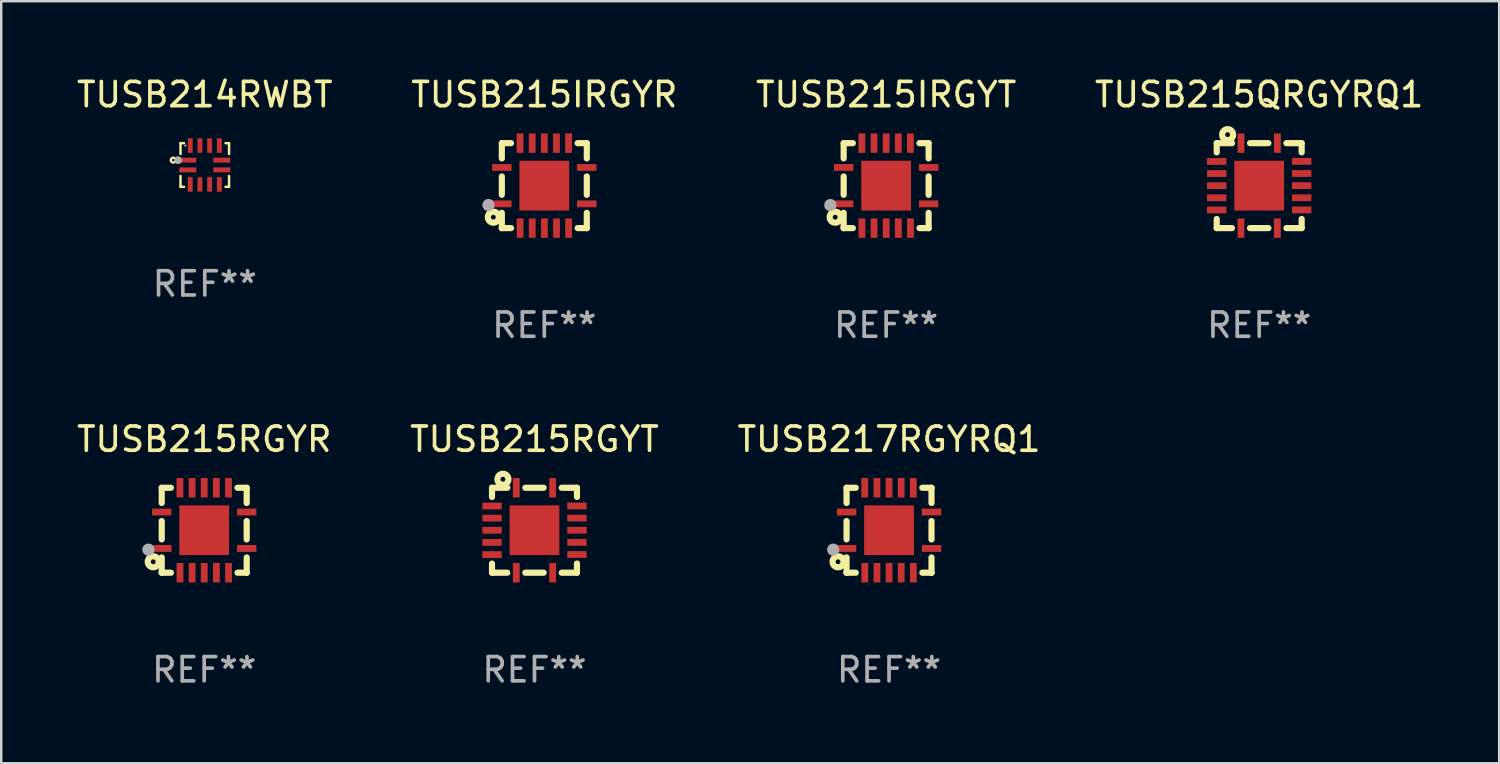
<source format=kicad_pcb>
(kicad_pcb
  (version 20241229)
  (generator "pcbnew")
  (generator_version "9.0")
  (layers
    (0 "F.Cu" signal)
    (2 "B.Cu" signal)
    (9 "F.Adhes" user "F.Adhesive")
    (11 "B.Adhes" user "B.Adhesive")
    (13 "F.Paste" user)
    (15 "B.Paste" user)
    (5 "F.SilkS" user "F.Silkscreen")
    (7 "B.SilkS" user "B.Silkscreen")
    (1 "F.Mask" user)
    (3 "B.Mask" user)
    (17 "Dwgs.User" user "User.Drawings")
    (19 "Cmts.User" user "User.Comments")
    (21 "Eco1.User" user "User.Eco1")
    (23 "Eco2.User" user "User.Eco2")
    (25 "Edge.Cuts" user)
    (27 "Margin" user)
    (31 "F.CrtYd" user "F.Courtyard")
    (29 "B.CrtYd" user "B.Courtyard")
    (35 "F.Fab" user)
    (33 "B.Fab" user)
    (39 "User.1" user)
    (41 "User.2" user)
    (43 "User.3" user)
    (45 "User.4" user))
  (footprint "TUSB214RWBT"
    (layer "F.Cu")
    (at 5.387 3.748)
    (property "Reference" "TUSB214RWBT" (at 0 -2.9 0) (layer "F.SilkS") (effects (font (size 1 1) (thickness 0.15))))
    (attr through_hole)
    (fp_line (start -1 -0.9) (end -0.855 -0.9) (stroke (width 0.102) (type solid)) (layer "F.SilkS"))
    (fp_line (start -1 -0.455) (end -1 -0.9) (stroke (width 0.102) (type solid)) (layer "F.SilkS"))
    (fp_line (start -1 0.9) (end -1 0.455) (stroke (width 0.102) (type solid)) (layer "F.SilkS"))
    (fp_line (start -0.855 0.9) (end -1 0.9) (stroke (width 0.102) (type solid)) (layer "F.SilkS"))
    (fp_line (start 0.855 -0.9) (end 1 -0.9) (stroke (width 0.102) (type solid)) (layer "F.SilkS"))
    (fp_line (start 1 -0.9) (end 1 -0.455) (stroke (width 0.102) (type solid)) (layer "F.SilkS"))
    (fp_line (start 1 0.455) (end 1 0.9) (stroke (width 0.102) (type solid)) (layer "F.SilkS"))
    (fp_line (start 1 0.9) (end 0.855 0.9) (stroke (width 0.102) (type solid)) (layer "F.SilkS"))
    (fp_circle (center -1.3 -0.2) (end -1.2 -0.2) (stroke (width 0.1) (type solid)) (fill no) (layer "F.SilkS"))
    (fp_circle (center -0.8 -0.8) (end -0.78 -0.8) (stroke (width 0.04) (type solid)) (fill no) (layer "F.SilkS"))
    (fp_circle (center -1.1 -0.2) (end -1.02 -0.2) (stroke (width 0.16) (type solid)) (fill no) (layer "F.Fab"))
    (fp_text user "REF**" (at 0 4.9 0) (layer "F.Fab") (effects (font (size 1 1) (thickness 0.15))))
    (pad "1" smd rect (at -0.7 -0.2 180) (size 0.7 0.2) (layers "F.Cu" "F.Mask" "F.Paste"))
    (pad "2" smd rect (at -0.7 0.2 180) (size 0.7 0.2) (layers "F.Cu" "F.Mask" "F.Paste"))
    (pad "3" smd rect (at -0.6 0.8) (size 0.2 0.6) (layers "F.Cu" "F.Mask" "F.Paste"))
    (pad "4" smd rect (at -0.2 0.8) (size 0.2 0.6) (layers "F.Cu" "F.Mask" "F.Paste"))
    (pad "5" smd rect (at 0.2 0.8) (size 0.2 0.6) (layers "F.Cu" "F.Mask" "F.Paste"))
    (pad "6" smd rect (at 0.6 0.8) (size 0.2 0.6) (layers "F.Cu" "F.Mask" "F.Paste"))
    (pad "7" smd rect (at 0.7 0.2 180) (size 0.7 0.2) (layers "F.Cu" "F.Mask" "F.Paste"))
    (pad "8" smd rect (at 0.7 -0.2) (size 0.7 0.2) (layers "F.Cu" "F.Mask" "F.Paste"))
    (pad "9" smd rect (at 0.6 -0.8) (size 0.2 0.6) (layers "F.Cu" "F.Mask" "F.Paste"))
    (pad "10" smd rect (at 0.2 -0.8) (size 0.2 0.6) (layers "F.Cu" "F.Mask" "F.Paste"))
    (pad "11" smd rect (at -0.2 -0.8) (size 0.2 0.6) (layers "F.Cu" "F.Mask" "F.Paste"))
    (pad "12" smd rect (at -0.6 -0.8) (size 0.2 0.6) (layers "F.Cu" "F.Mask" "F.Paste")))
  (footprint "TUSB215QRGYRQ1"
    (layer "F.Cu")
    (at 48.827 4.598)
    (property "Reference" "TUSB215QRGYRQ1" (at 0 -3.75 0) (layer "F.SilkS") (effects (font (size 1 1) (thickness 0.15))))
    (attr through_hole)
    (fp_line (start -1.75 -1.75) (end -1.75 -1.37) (stroke (width 0.254) (type solid)) (layer "F.SilkS"))
    (fp_line (start -1.75 1.373) (end -1.75 1.75) (stroke (width 0.254) (type solid)) (layer "F.SilkS"))
    (fp_line (start -1.75 1.75) (end -1.121 1.75) (stroke (width 0.254) (type solid)) (layer "F.SilkS"))
    (fp_line (start -1.119 -1.75) (end -1.75 -1.75) (stroke (width 0.254) (type solid)) (layer "F.SilkS"))
    (fp_line (start -0.379 1.75) (end 0.379 1.75) (stroke (width 0.254) (type solid)) (layer "F.SilkS"))
    (fp_line (start 0.379 -1.75) (end -0.377 -1.75) (stroke (width 0.254) (type solid)) (layer "F.SilkS"))
    (fp_line (start 1.121 1.75) (end 1.75 1.75) (stroke (width 0.254) (type solid)) (layer "F.SilkS"))
    (fp_line (start 1.75 -1.75) (end 1.121 -1.75) (stroke (width 0.254) (type solid)) (layer "F.SilkS"))
    (fp_line (start 1.75 -1.371) (end 1.75 -1.75) (stroke (width 0.254) (type solid)) (layer "F.SilkS"))
    (fp_line (start 1.75 1.75) (end 1.75 1.371) (stroke (width 0.254) (type solid)) (layer "F.SilkS"))
    (fp_circle (center -1.75 -1.75) (end -1.72 -1.75) (stroke (width 0.06) (type solid)) (fill no) (layer "F.SilkS"))
    (fp_circle (center -1.3 -2.1) (end -1.2 -2.1) (stroke (width 0.254) (type solid)) (fill no) (layer "F.SilkS"))
    (fp_text user "REF**" (at 0 5.75 0) (layer "F.Fab") (effects (font (size 1 1) (thickness 0.15))))
    (pad "1" smd rect (at -0.748 -1.75 180) (size 0.28 0.8) (layers "F.Cu" "F.Mask" "F.Paste"))
    (pad "2" smd rect (at -1.75 -0.998 90) (size 0.28 0.8) (layers "F.Cu" "F.Mask" "F.Paste"))
    (pad "3" smd rect (at -1.75 -0.499 90) (size 0.28 0.8) (layers "F.Cu" "F.Mask" "F.Paste"))
    (pad "4" smd rect (at -1.75 0.002 90) (size 0.28 0.8) (layers "F.Cu" "F.Mask" "F.Paste"))
    (pad "5" smd rect (at -1.75 0.501 90) (size 0.28 0.8) (layers "F.Cu" "F.Mask" "F.Paste"))
    (pad "6" smd rect (at -1.75 1.002 90) (size 0.28 0.8) (layers "F.Cu" "F.Mask" "F.Paste"))
    (pad "7" smd rect (at -0.75 1.75 180) (size 0.28 0.8) (layers "F.Cu" "F.Mask" "F.Paste"))
    (pad "8" smd rect (at 0.75 1.75 180) (size 0.28 0.8) (layers "F.Cu" "F.Mask" "F.Paste"))
    (pad "9" smd rect (at 1.75 1 270) (size 0.28 0.8) (layers "F.Cu" "F.Mask" "F.Paste"))
    (pad "10" smd rect (at 1.75 0.5 270) (size 0.28 0.8) (layers "F.Cu" "F.Mask" "F.Paste"))
    (pad "11" smd rect (at 1.75 0 270) (size 0.28 0.8) (layers "F.Cu" "F.Mask" "F.Paste"))
    (pad "12" smd rect (at 1.75 -0.5 270) (size 0.28 0.8) (layers "F.Cu" "F.Mask" "F.Paste"))
    (pad "13" smd rect (at 1.75 -1 270) (size 0.28 0.8) (layers "F.Cu" "F.Mask" "F.Paste"))
    (pad "14" smd rect (at 0.75 -1.75) (size 0.28 0.8) (layers "F.Cu" "F.Mask" "F.Paste"))
    (pad "15" smd rect (at 0 0 90) (size 2.05 2.05) (layers "F.Cu" "F.Mask" "F.Paste")))
  (footprint "TUSB215IRGYR"
    (layer "F.Cu")
    (at 19.375 4.598)
    (property "Reference" "TUSB215IRGYR" (at 0 -3.75 0) (layer "F.SilkS") (effects (font (size 1 1) (thickness 0.15))))
    (attr through_hole)
    (fp_line (start -1.75 1.75) (end -1.37 1.75) (stroke (width 0.254) (type solid)) (layer "F.SilkS"))
    (fp_line (start -1.75 -1.75) (end -1.75 -1.121) (stroke (width 0.254) (type solid)) (layer "F.SilkS"))
    (fp_line (start -1.75 -0.379) (end -1.75 0.377) (stroke (width 0.254) (type solid)) (layer "F.SilkS"))
    (fp_line (start -1.75 1.119) (end -1.75 1.75) (stroke (width 0.254) (type solid)) (layer "F.SilkS"))
    (fp_line (start -1.75 1.75) (end -1.75 1.75) (stroke (width 0.254) (type solid)) (layer "F.SilkS"))
    (fp_line (start -1.371 -1.75) (end -1.75 -1.75) (stroke (width 0.254) (type solid)) (layer "F.SilkS"))
    (fp_line (start 1.373 1.75) (end 1.75 1.75) (stroke (width 0.254) (type solid)) (layer "F.SilkS"))
    (fp_line (start 1.75 1.75) (end 1.75 1.75) (stroke (width 0.254) (type solid)) (layer "F.SilkS"))
    (fp_line (start 1.75 -1.75) (end 1.371 -1.75) (stroke (width 0.254) (type solid)) (layer "F.SilkS"))
    (fp_line (start 1.75 -1.121) (end 1.75 -1.75) (stroke (width 0.254) (type solid)) (layer "F.SilkS"))
    (fp_line (start 1.75 0.379) (end 1.75 -0.379) (stroke (width 0.254) (type solid)) (layer "F.SilkS"))
    (fp_line (start 1.75 1.75) (end 1.75 1.121) (stroke (width 0.254) (type solid)) (layer "F.SilkS"))
    (fp_circle (center -2.1 1.3) (end -2 1.3) (stroke (width 0.254) (type solid)) (fill no) (layer "F.SilkS"))
    (fp_circle (center -1.747 1.751) (end -1.717 1.751) (stroke (width 0.06) (type solid)) (fill no) (layer "F.SilkS"))
    (fp_circle (center -2.3 0.8) (end -2.173 0.8) (stroke (width 0.254) (type solid)) (fill no) (layer "F.Fab"))
    (fp_text user "REF**" (at 0 5.75 0) (layer "F.Fab") (effects (font (size 1 1) (thickness 0.15))))
    (pad "1" smd rect (at -1.75 0.75 270) (size 0.28 0.8) (layers "F.Cu" "F.Mask" "F.Paste"))
    (pad "2" smd rect (at -0.998 1.75 180) (size 0.28 0.8) (layers "F.Cu" "F.Mask" "F.Paste"))
    (pad "3" smd rect (at -0.498 1.75 180) (size 0.28 0.8) (layers "F.Cu" "F.Mask" "F.Paste"))
    (pad "4" smd rect (at 0.002 1.75 180) (size 0.28 0.8) (layers "F.Cu" "F.Mask" "F.Paste"))
    (pad "5" smd rect (at 0.502 1.75 180) (size 0.28 0.8) (layers "F.Cu" "F.Mask" "F.Paste"))
    (pad "6" smd rect (at 1.002 1.75 180) (size 0.28 0.8) (layers "F.Cu" "F.Mask" "F.Paste"))
    (pad "7" smd rect (at 1.75 0.75 270) (size 0.28 0.8) (layers "F.Cu" "F.Mask" "F.Paste"))
    (pad "8" smd rect (at 1.75 -0.75 270) (size 0.28 0.8) (layers "F.Cu" "F.Mask" "F.Paste"))
    (pad "9" smd rect (at 1 -1.75) (size 0.28 0.8) (layers "F.Cu" "F.Mask" "F.Paste"))
    (pad "10" smd rect (at 0.5 -1.75) (size 0.28 0.8) (layers "F.Cu" "F.Mask" "F.Paste"))
    (pad "11" smd rect (at 0 -1.75) (size 0.28 0.8) (layers "F.Cu" "F.Mask" "F.Paste"))
    (pad "12" smd rect (at -0.5 -1.75) (size 0.28 0.8) (layers "F.Cu" "F.Mask" "F.Paste"))
    (pad "13" smd rect (at -1 -1.75) (size 0.28 0.8) (layers "F.Cu" "F.Mask" "F.Paste"))
    (pad "14" smd rect (at -1.75 -0.75 90) (size 0.28 0.8) (layers "F.Cu" "F.Mask" "F.Paste"))
    (pad "15" smd rect (at 0 0 180) (size 2.05 2.05) (layers "F.Cu" "F.Mask" "F.Paste")))
  (footprint "TUSB215RGYR"
    (layer "F.Cu")
    (at 5.363 18.795)
    (property "Reference" "TUSB215RGYR" (at 0 -3.75 0) (layer "F.SilkS") (effects (font (size 1 1) (thickness 0.15))))
    (attr through_hole)
    (fp_line (start -1.75 1.75) (end -1.37 1.75) (stroke (width 0.254) (type solid)) (layer "F.SilkS"))
    (fp_line (start -1.75 -1.75) (end -1.75 -1.121) (stroke (width 0.254) (type solid)) (layer "F.SilkS"))
    (fp_line (start -1.75 -0.379) (end -1.75 0.377) (stroke (width 0.254) (type solid)) (layer "F.SilkS"))
    (fp_line (start -1.75 1.119) (end -1.75 1.75) (stroke (width 0.254) (type solid)) (layer "F.SilkS"))
    (fp_line (start -1.75 1.75) (end -1.75 1.75) (stroke (width 0.254) (type solid)) (layer "F.SilkS"))
    (fp_line (start -1.371 -1.75) (end -1.75 -1.75) (stroke (width 0.254) (type solid)) (layer "F.SilkS"))
    (fp_line (start 1.373 1.75) (end 1.75 1.75) (stroke (width 0.254) (type solid)) (layer "F.SilkS"))
    (fp_line (start 1.75 1.75) (end 1.75 1.75) (stroke (width 0.254) (type solid)) (layer "F.SilkS"))
    (fp_line (start 1.75 -1.75) (end 1.371 -1.75) (stroke (width 0.254) (type solid)) (layer "F.SilkS"))
    (fp_line (start 1.75 -1.121) (end 1.75 -1.75) (stroke (width 0.254) (type solid)) (layer "F.SilkS"))
    (fp_line (start 1.75 0.379) (end 1.75 -0.379) (stroke (width 0.254) (type solid)) (layer "F.SilkS"))
    (fp_line (start 1.75 1.75) (end 1.75 1.121) (stroke (width 0.254) (type solid)) (layer "F.SilkS"))
    (fp_circle (center -2.1 1.3) (end -2 1.3) (stroke (width 0.254) (type solid)) (fill no) (layer "F.SilkS"))
    (fp_circle (center -1.747 1.751) (end -1.717 1.751) (stroke (width 0.06) (type solid)) (fill no) (layer "F.SilkS"))
    (fp_circle (center -2.3 0.8) (end -2.173 0.8) (stroke (width 0.254) (type solid)) (fill no) (layer "F.Fab"))
    (fp_text user "REF**" (at 0 5.75 0) (layer "F.Fab") (effects (font (size 1 1) (thickness 0.15))))
    (pad "1" smd rect (at -1.75 0.75 270) (size 0.28 0.8) (layers "F.Cu" "F.Mask" "F.Paste"))
    (pad "2" smd rect (at -0.998 1.75 180) (size 0.28 0.8) (layers "F.Cu" "F.Mask" "F.Paste"))
    (pad "3" smd rect (at -0.498 1.75 180) (size 0.28 0.8) (layers "F.Cu" "F.Mask" "F.Paste"))
    (pad "4" smd rect (at 0.002 1.75 180) (size 0.28 0.8) (layers "F.Cu" "F.Mask" "F.Paste"))
    (pad "5" smd rect (at 0.502 1.75 180) (size 0.28 0.8) (layers "F.Cu" "F.Mask" "F.Paste"))
    (pad "6" smd rect (at 1.002 1.75 180) (size 0.28 0.8) (layers "F.Cu" "F.Mask" "F.Paste"))
    (pad "7" smd rect (at 1.75 0.75 270) (size 0.28 0.8) (layers "F.Cu" "F.Mask" "F.Paste"))
    (pad "8" smd rect (at 1.75 -0.75 270) (size 0.28 0.8) (layers "F.Cu" "F.Mask" "F.Paste"))
    (pad "9" smd rect (at 1 -1.75) (size 0.28 0.8) (layers "F.Cu" "F.Mask" "F.Paste"))
    (pad "10" smd rect (at 0.5 -1.75) (size 0.28 0.8) (layers "F.Cu" "F.Mask" "F.Paste"))
    (pad "11" smd rect (at 0 -1.75) (size 0.28 0.8) (layers "F.Cu" "F.Mask" "F.Paste"))
    (pad "12" smd rect (at -0.5 -1.75) (size 0.28 0.8) (layers "F.Cu" "F.Mask" "F.Paste"))
    (pad "13" smd rect (at -1 -1.75) (size 0.28 0.8) (layers "F.Cu" "F.Mask" "F.Paste"))
    (pad "14" smd rect (at -1.75 -0.75 90) (size 0.28 0.8) (layers "F.Cu" "F.Mask" "F.Paste"))
    (pad "15" smd rect (at 0 0 180) (size 2.05 2.05) (layers "F.Cu" "F.Mask" "F.Paste")))
  (footprint "TUSB217RGYRQ1"
    (layer "F.Cu")
    (at 33.577 18.795)
    (property "Reference" "TUSB217RGYRQ1" (at 0 -3.75 0) (layer "F.SilkS") (effects (font (size 1 1) (thickness 0.15))))
    (attr through_hole)
    (fp_line (start -1.75 1.75) (end -1.37 1.75) (stroke (width 0.254) (type solid)) (layer "F.SilkS"))
    (fp_line (start -1.75 -1.75) (end -1.75 -1.121) (stroke (width 0.254) (type solid)) (layer "F.SilkS"))
    (fp_line (start -1.75 -0.379) (end -1.75 0.377) (stroke (width 0.254) (type solid)) (layer "F.SilkS"))
    (fp_line (start -1.75 1.119) (end -1.75 1.75) (stroke (width 0.254) (type solid)) (layer "F.SilkS"))
    (fp_line (start -1.75 1.75) (end -1.75 1.75) (stroke (width 0.254) (type solid)) (layer "F.SilkS"))
    (fp_line (start -1.371 -1.75) (end -1.75 -1.75) (stroke (width 0.254) (type solid)) (layer "F.SilkS"))
    (fp_line (start 1.373 1.75) (end 1.75 1.75) (stroke (width 0.254) (type solid)) (layer "F.SilkS"))
    (fp_line (start 1.75 1.75) (end 1.75 1.75) (stroke (width 0.254) (type solid)) (layer "F.SilkS"))
    (fp_line (start 1.75 -1.75) (end 1.371 -1.75) (stroke (width 0.254) (type solid)) (layer "F.SilkS"))
    (fp_line (start 1.75 -1.121) (end 1.75 -1.75) (stroke (width 0.254) (type solid)) (layer "F.SilkS"))
    (fp_line (start 1.75 0.379) (end 1.75 -0.379) (stroke (width 0.254) (type solid)) (layer "F.SilkS"))
    (fp_line (start 1.75 1.75) (end 1.75 1.121) (stroke (width 0.254) (type solid)) (layer "F.SilkS"))
    (fp_circle (center -2.1 1.3) (end -2 1.3) (stroke (width 0.254) (type solid)) (fill no) (layer "F.SilkS"))
    (fp_circle (center -1.747 1.751) (end -1.717 1.751) (stroke (width 0.06) (type solid)) (fill no) (layer "F.SilkS"))
    (fp_circle (center -2.3 0.8) (end -2.173 0.8) (stroke (width 0.254) (type solid)) (fill no) (layer "F.Fab"))
    (fp_text user "REF**" (at 0 5.75 0) (layer "F.Fab") (effects (font (size 1 1) (thickness 0.15))))
    (pad "1" smd rect (at -1.75 0.75 270) (size 0.28 0.8) (layers "F.Cu" "F.Mask" "F.Paste"))
    (pad "2" smd rect (at -0.998 1.75 180) (size 0.28 0.8) (layers "F.Cu" "F.Mask" "F.Paste"))
    (pad "3" smd rect (at -0.498 1.75 180) (size 0.28 0.8) (layers "F.Cu" "F.Mask" "F.Paste"))
    (pad "4" smd rect (at 0.002 1.75 180) (size 0.28 0.8) (layers "F.Cu" "F.Mask" "F.Paste"))
    (pad "5" smd rect (at 0.502 1.75 180) (size 0.28 0.8) (layers "F.Cu" "F.Mask" "F.Paste"))
    (pad "6" smd rect (at 1.002 1.75 180) (size 0.28 0.8) (layers "F.Cu" "F.Mask" "F.Paste"))
    (pad "7" smd rect (at 1.75 0.75 270) (size 0.28 0.8) (layers "F.Cu" "F.Mask" "F.Paste"))
    (pad "8" smd rect (at 1.75 -0.75 270) (size 0.28 0.8) (layers "F.Cu" "F.Mask" "F.Paste"))
    (pad "9" smd rect (at 1 -1.75) (size 0.28 0.8) (layers "F.Cu" "F.Mask" "F.Paste"))
    (pad "10" smd rect (at 0.5 -1.75) (size 0.28 0.8) (layers "F.Cu" "F.Mask" "F.Paste"))
    (pad "11" smd rect (at 0 -1.75) (size 0.28 0.8) (layers "F.Cu" "F.Mask" "F.Paste"))
    (pad "12" smd rect (at -0.5 -1.75) (size 0.28 0.8) (layers "F.Cu" "F.Mask" "F.Paste"))
    (pad "13" smd rect (at -1 -1.75) (size 0.28 0.8) (layers "F.Cu" "F.Mask" "F.Paste"))
    (pad "14" smd rect (at -1.75 -0.75 90) (size 0.28 0.8) (layers "F.Cu" "F.Mask" "F.Paste"))
    (pad "15" smd rect (at 0 0 180) (size 2.05 2.05) (layers "F.Cu" "F.Mask" "F.Paste")))
  (footprint "TUSB215IRGYT"
    (layer "F.Cu")
    (at 33.458 4.598)
    (property "Reference" "TUSB215IRGYT" (at 0 -3.75 0) (layer "F.SilkS") (effects (font (size 1 1) (thickness 0.15))))
    (attr through_hole)
    (fp_line (start -1.75 1.75) (end -1.37 1.75) (stroke (width 0.254) (type solid)) (layer "F.SilkS"))
    (fp_line (start -1.75 -1.75) (end -1.75 -1.121) (stroke (width 0.254) (type solid)) (layer "F.SilkS"))
    (fp_line (start -1.75 -0.379) (end -1.75 0.377) (stroke (width 0.254) (type solid)) (layer "F.SilkS"))
    (fp_line (start -1.75 1.119) (end -1.75 1.75) (stroke (width 0.254) (type solid)) (layer "F.SilkS"))
    (fp_line (start -1.75 1.75) (end -1.75 1.75) (stroke (width 0.254) (type solid)) (layer "F.SilkS"))
    (fp_line (start -1.371 -1.75) (end -1.75 -1.75) (stroke (width 0.254) (type solid)) (layer "F.SilkS"))
    (fp_line (start 1.373 1.75) (end 1.75 1.75) (stroke (width 0.254) (type solid)) (layer "F.SilkS"))
    (fp_line (start 1.75 1.75) (end 1.75 1.75) (stroke (width 0.254) (type solid)) (layer "F.SilkS"))
    (fp_line (start 1.75 -1.75) (end 1.371 -1.75) (stroke (width 0.254) (type solid)) (layer "F.SilkS"))
    (fp_line (start 1.75 -1.121) (end 1.75 -1.75) (stroke (width 0.254) (type solid)) (layer "F.SilkS"))
    (fp_line (start 1.75 0.379) (end 1.75 -0.379) (stroke (width 0.254) (type solid)) (layer "F.SilkS"))
    (fp_line (start 1.75 1.75) (end 1.75 1.121) (stroke (width 0.254) (type solid)) (layer "F.SilkS"))
    (fp_circle (center -2.1 1.3) (end -2 1.3) (stroke (width 0.254) (type solid)) (fill no) (layer "F.SilkS"))
    (fp_circle (center -1.747 1.751) (end -1.717 1.751) (stroke (width 0.06) (type solid)) (fill no) (layer "F.SilkS"))
    (fp_circle (center -2.3 0.8) (end -2.173 0.8) (stroke (width 0.254) (type solid)) (fill no) (layer "F.Fab"))
    (fp_text user "REF**" (at 0 5.75 0) (layer "F.Fab") (effects (font (size 1 1) (thickness 0.15))))
    (pad "1" smd rect (at -1.75 0.75 270) (size 0.28 0.8) (layers "F.Cu" "F.Mask" "F.Paste"))
    (pad "2" smd rect (at -0.998 1.75 180) (size 0.28 0.8) (layers "F.Cu" "F.Mask" "F.Paste"))
    (pad "3" smd rect (at -0.498 1.75 180) (size 0.28 0.8) (layers "F.Cu" "F.Mask" "F.Paste"))
    (pad "4" smd rect (at 0.002 1.75 180) (size 0.28 0.8) (layers "F.Cu" "F.Mask" "F.Paste"))
    (pad "5" smd rect (at 0.502 1.75 180) (size 0.28 0.8) (layers "F.Cu" "F.Mask" "F.Paste"))
    (pad "6" smd rect (at 1.002 1.75 180) (size 0.28 0.8) (layers "F.Cu" "F.Mask" "F.Paste"))
    (pad "7" smd rect (at 1.75 0.75 270) (size 0.28 0.8) (layers "F.Cu" "F.Mask" "F.Paste"))
    (pad "8" smd rect (at 1.75 -0.75 270) (size 0.28 0.8) (layers "F.Cu" "F.Mask" "F.Paste"))
    (pad "9" smd rect (at 1 -1.75) (size 0.28 0.8) (layers "F.Cu" "F.Mask" "F.Paste"))
    (pad "10" smd rect (at 0.5 -1.75) (size 0.28 0.8) (layers "F.Cu" "F.Mask" "F.Paste"))
    (pad "11" smd rect (at 0 -1.75) (size 0.28 0.8) (layers "F.Cu" "F.Mask" "F.Paste"))
    (pad "12" smd rect (at -0.5 -1.75) (size 0.28 0.8) (layers "F.Cu" "F.Mask" "F.Paste"))
    (pad "13" smd rect (at -1 -1.75) (size 0.28 0.8) (layers "F.Cu" "F.Mask" "F.Paste"))
    (pad "14" smd rect (at -1.75 -0.75 90) (size 0.28 0.8) (layers "F.Cu" "F.Mask" "F.Paste"))
    (pad "15" smd rect (at 0 0 180) (size 2.05 2.05) (layers "F.Cu" "F.Mask" "F.Paste")))
  (footprint "TUSB215RGYT"
    (layer "F.Cu")
    (at 18.97 18.795)
    (property "Reference" "TUSB215RGYT" (at 0 -3.75 0) (layer "F.SilkS") (effects (font (size 1 1) (thickness 0.15))))
    (attr through_hole)
    (fp_line (start -1.75 -1.75) (end -1.75 -1.37) (stroke (width 0.254) (type solid)) (layer "F.SilkS"))
    (fp_line (start -1.75 1.373) (end -1.75 1.75) (stroke (width 0.254) (type solid)) (layer "F.SilkS"))
    (fp_line (start -1.75 1.75) (end -1.121 1.75) (stroke (width 0.254) (type solid)) (layer "F.SilkS"))
    (fp_line (start -1.119 -1.75) (end -1.75 -1.75) (stroke (width 0.254) (type solid)) (layer "F.SilkS"))
    (fp_line (start -0.379 1.75) (end 0.379 1.75) (stroke (width 0.254) (type solid)) (layer "F.SilkS"))
    (fp_line (start 0.379 -1.75) (end -0.377 -1.75) (stroke (width 0.254) (type solid)) (layer "F.SilkS"))
    (fp_line (start 1.121 1.75) (end 1.75 1.75) (stroke (width 0.254) (type solid)) (layer "F.SilkS"))
    (fp_line (start 1.75 -1.75) (end 1.121 -1.75) (stroke (width 0.254) (type solid)) (layer "F.SilkS"))
    (fp_line (start 1.75 -1.371) (end 1.75 -1.75) (stroke (width 0.254) (type solid)) (layer "F.SilkS"))
    (fp_line (start 1.75 1.75) (end 1.75 1.371) (stroke (width 0.254) (type solid)) (layer "F.SilkS"))
    (fp_circle (center -1.75 -1.75) (end -1.72 -1.75) (stroke (width 0.06) (type solid)) (fill no) (layer "F.SilkS"))
    (fp_circle (center -1.3 -2.1) (end -1.2 -2.1) (stroke (width 0.254) (type solid)) (fill no) (layer "F.SilkS"))
    (fp_text user "REF**" (at 0 5.75 0) (layer "F.Fab") (effects (font (size 1 1) (thickness 0.15))))
    (pad "1" smd rect (at -0.748 -1.75 180) (size 0.28 0.8) (layers "F.Cu" "F.Mask" "F.Paste"))
    (pad "2" smd rect (at -1.75 -0.998 90) (size 0.28 0.8) (layers "F.Cu" "F.Mask" "F.Paste"))
    (pad "3" smd rect (at -1.75 -0.499 90) (size 0.28 0.8) (layers "F.Cu" "F.Mask" "F.Paste"))
    (pad "4" smd rect (at -1.75 0.002 90) (size 0.28 0.8) (layers "F.Cu" "F.Mask" "F.Paste"))
    (pad "5" smd rect (at -1.75 0.501 90) (size 0.28 0.8) (layers "F.Cu" "F.Mask" "F.Paste"))
    (pad "6" smd rect (at -1.75 1.002 90) (size 0.28 0.8) (layers "F.Cu" "F.Mask" "F.Paste"))
    (pad "7" smd rect (at -0.75 1.75 180) (size 0.28 0.8) (layers "F.Cu" "F.Mask" "F.Paste"))
    (pad "8" smd rect (at 0.75 1.75 180) (size 0.28 0.8) (layers "F.Cu" "F.Mask" "F.Paste"))
    (pad "9" smd rect (at 1.75 1 270) (size 0.28 0.8) (layers "F.Cu" "F.Mask" "F.Paste"))
    (pad "10" smd rect (at 1.75 0.5 270) (size 0.28 0.8) (layers "F.Cu" "F.Mask" "F.Paste"))
    (pad "11" smd rect (at 1.75 0 270) (size 0.28 0.8) (layers "F.Cu" "F.Mask" "F.Paste"))
    (pad "12" smd rect (at 1.75 -0.5 270) (size 0.28 0.8) (layers "F.Cu" "F.Mask" "F.Paste"))
    (pad "13" smd rect (at 1.75 -1 270) (size 0.28 0.8) (layers "F.Cu" "F.Mask" "F.Paste"))
    (pad "14" smd rect (at 0.75 -1.75) (size 0.28 0.8) (layers "F.Cu" "F.Mask" "F.Paste"))
    (pad "15" smd rect (at 0 0 90) (size 2.05 2.05) (layers "F.Cu" "F.Mask" "F.Paste")))
  (gr_rect
    (start -3 -3)
    (end 58.714 28.393)
    (stroke (width 0.1) (type default))
    (fill no)
    (layer "Edge.Cuts")))
</source>
